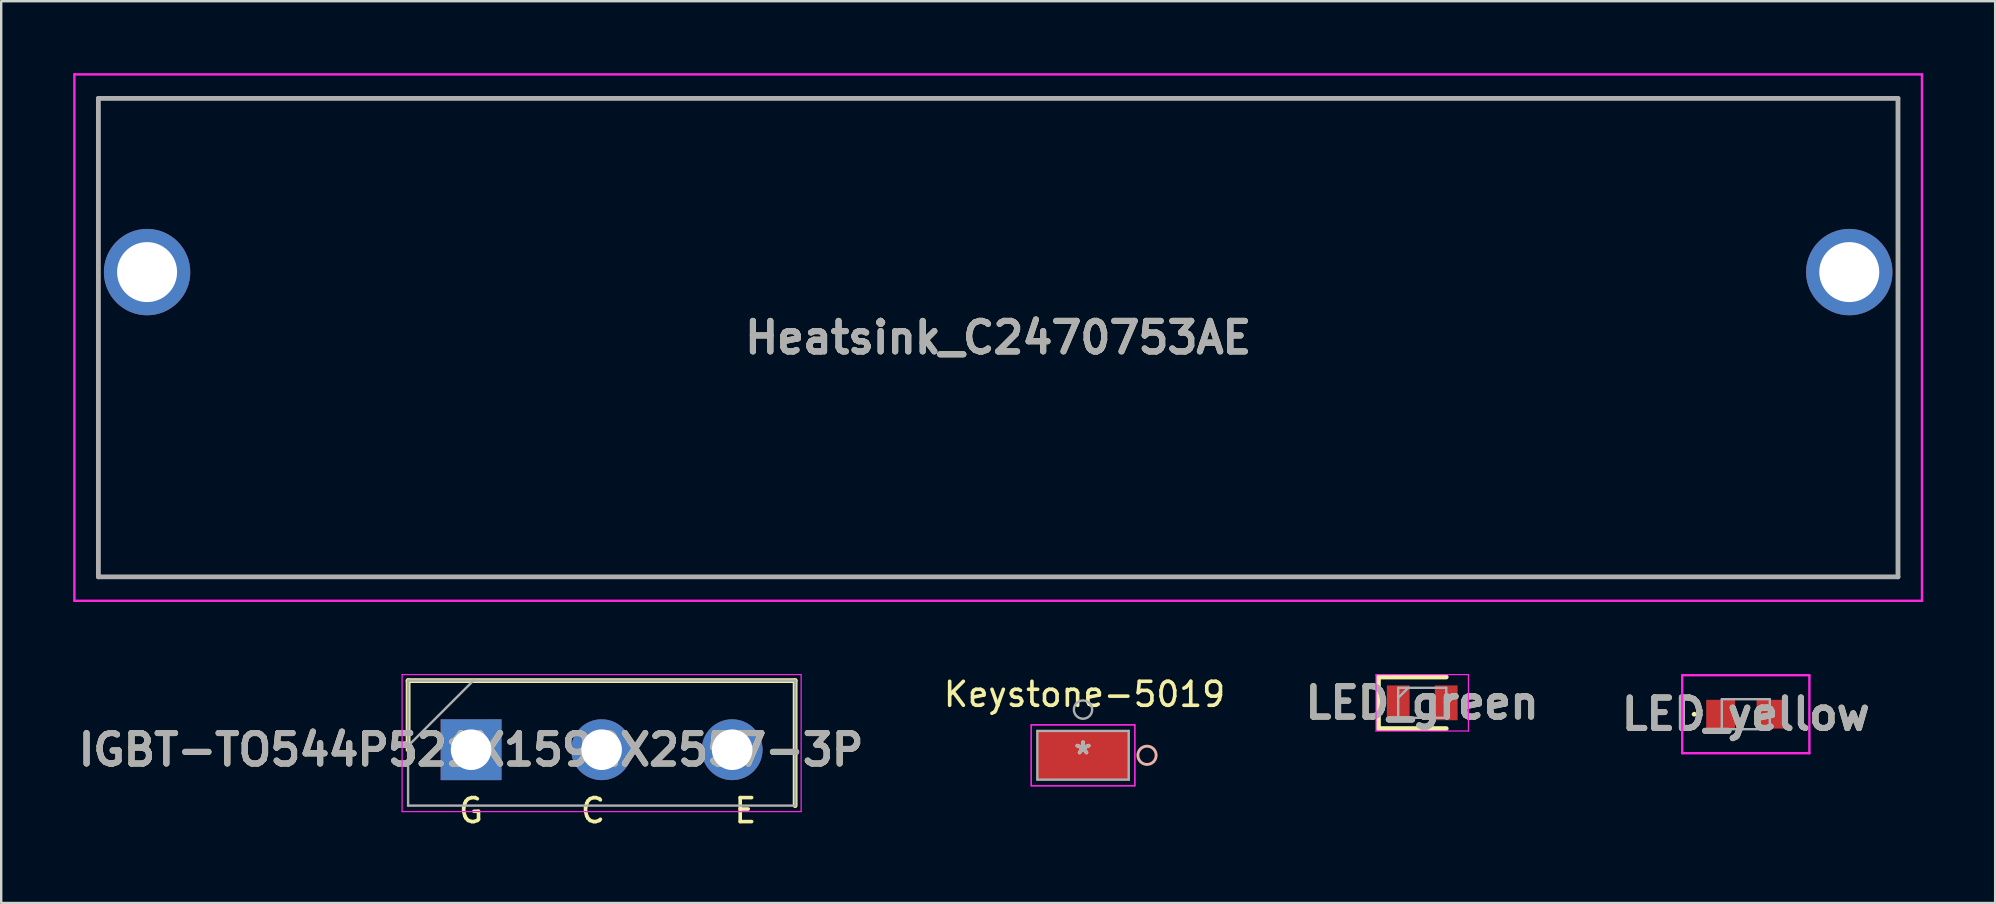
<source format=kicad_pcb>
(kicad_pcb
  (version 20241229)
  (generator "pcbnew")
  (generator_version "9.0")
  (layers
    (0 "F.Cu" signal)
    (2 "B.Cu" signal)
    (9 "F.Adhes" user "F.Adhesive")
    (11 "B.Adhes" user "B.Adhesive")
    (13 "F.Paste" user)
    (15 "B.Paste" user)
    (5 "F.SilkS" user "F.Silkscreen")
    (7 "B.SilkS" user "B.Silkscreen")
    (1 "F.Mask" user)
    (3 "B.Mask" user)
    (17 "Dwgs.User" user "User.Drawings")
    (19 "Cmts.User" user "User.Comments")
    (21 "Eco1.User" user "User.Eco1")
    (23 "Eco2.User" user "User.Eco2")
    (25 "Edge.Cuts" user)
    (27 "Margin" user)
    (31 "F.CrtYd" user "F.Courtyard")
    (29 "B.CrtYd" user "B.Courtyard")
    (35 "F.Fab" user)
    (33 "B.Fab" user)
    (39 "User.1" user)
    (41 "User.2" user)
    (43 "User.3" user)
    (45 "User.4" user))
  (footprint "Heatsink_C2470753AE"
    (layer "F.Cu")
    (at 3.08 8.29)
    (property "Reference" "Heatsink_C2470753AE" (at 35.47 2.73 0) (layer "F.SilkS") (effects (font (size 1.27 1.27) (thickness 0.254))))
    (attr through_hole)
    (fp_line (start -2.03 -7.24) (end 72.97 -7.24) (stroke (width 0.1) (type solid)) (layer "F.SilkS"))
    (fp_line (start -2.03 12.7) (end -2.03 -7.24) (stroke (width 0.1) (type solid)) (layer "F.SilkS"))
    (fp_line (start 72.97 -7.24) (end 72.97 12.7) (stroke (width 0.1) (type solid)) (layer "F.SilkS"))
    (fp_line (start 72.97 12.7) (end -2.03 12.7) (stroke (width 0.1) (type solid)) (layer "F.SilkS"))
    (fp_line (start -3.03 -8.24) (end 73.97 -8.24) (stroke (width 0.1) (type solid)) (layer "F.CrtYd"))
    (fp_line (start -3.03 13.7) (end -3.03 -8.24) (stroke (width 0.1) (type solid)) (layer "F.CrtYd"))
    (fp_line (start 73.97 -8.24) (end 73.97 13.7) (stroke (width 0.1) (type solid)) (layer "F.CrtYd"))
    (fp_line (start 73.97 13.7) (end -3.03 13.7) (stroke (width 0.1) (type solid)) (layer "F.CrtYd"))
    (fp_line (start -2.03 -7.24) (end 72.97 -7.24) (stroke (width 0.2) (type solid)) (layer "F.Fab"))
    (fp_line (start -2.03 12.7) (end -2.03 -7.24) (stroke (width 0.2) (type solid)) (layer "F.Fab"))
    (fp_line (start 72.97 -7.24) (end 72.97 12.7) (stroke (width 0.2) (type solid)) (layer "F.Fab"))
    (fp_line (start 72.97 12.7) (end -2.03 12.7) (stroke (width 0.2) (type solid)) (layer "F.Fab"))
    (fp_text user "${REFERENCE}" (at 35.47 2.73 0) (layer "F.Fab") (effects (font (size 1.27 1.27) (thickness 0.254))))
    (pad "1" thru_hole circle (at 0 0) (size 3.6 3.6) (drill 2.5) (layers "*.Cu" "*.Mask"))
    (pad "2" thru_hole circle (at 70.94 0) (size 3.6 3.6) (drill 2.5) (layers "*.Cu" "*.Mask")))
  (footprint "LED_yellow"
    (layer "F.Cu")
    (at 69.708 26.715)
    (property "Reference" "LED_yellow" (at 0 0 0) (layer "F.SilkS") (effects (font (size 1.27 1.27) (thickness 0.254))))
    (attr smd)
    (fp_line (start -2.2 0) (end -2.2 0) (stroke (width 0.1) (type solid)) (layer "F.SilkS"))
    (fp_line (start -2.1 0) (end -2.1 0) (stroke (width 0.1) (type solid)) (layer "F.SilkS"))
    (fp_arc (start -2.2 0) (mid -2.15 -0.05) (end -2.1 0) (stroke (width 0.1) (type solid)) (layer "F.SilkS"))
    (fp_arc (start -2.1 0) (mid -2.15 0.05) (end -2.2 0) (stroke (width 0.1) (type solid)) (layer "F.SilkS"))
    (fp_line (start -2.65 -1.625) (end 2.65 -1.625) (stroke (width 0.1) (type solid)) (layer "F.CrtYd"))
    (fp_line (start -2.65 1.625) (end -2.65 -1.625) (stroke (width 0.1) (type solid)) (layer "F.CrtYd"))
    (fp_line (start 2.65 -1.625) (end 2.65 1.625) (stroke (width 0.1) (type solid)) (layer "F.CrtYd"))
    (fp_line (start 2.65 1.625) (end -2.65 1.625) (stroke (width 0.1) (type solid)) (layer "F.CrtYd"))
    (fp_line (start -1 -0.625) (end 1 -0.625) (stroke (width 0.1) (type solid)) (layer "F.Fab"))
    (fp_line (start -1 0.625) (end -1 -0.625) (stroke (width 0.1) (type solid)) (layer "F.Fab"))
    (fp_line (start 1 -0.625) (end 1 0.625) (stroke (width 0.1) (type solid)) (layer "F.Fab"))
    (fp_line (start 1 0.625) (end -1 0.625) (stroke (width 0.1) (type solid)) (layer "F.Fab"))
    (fp_text user "${REFERENCE}" (at 0 0 0) (layer "F.Fab") (effects (font (size 1.27 1.27) (thickness 0.254))))
    (pad "1" smd rect (at -1.05 0) (size 1.2 1.2) (layers "F.Cu" "F.Mask" "F.Paste"))
    (pad "2" smd rect (at 1.05 0) (size 1.2 1.2) (layers "F.Cu" "F.Mask" "F.Paste")))
  (footprint "IGBT-TO544P521X1592X2557-3P"
    (layer "F.Cu")
    (at 16.583 28.195)
    (property "Reference" "IGBT-TO544P521X1592X2557-3P" (at 0 0 0) (layer "F.SilkS") (effects (font (size 1.27 1.27) (thickness 0.254))))
    (attr through_hole)
    (fp_line (start -2.625 -2.88) (end -2.625 0) (stroke (width 0.2) (type solid)) (layer "F.SilkS"))
    (fp_line (start 13.505 -2.88) (end -2.625 -2.88) (stroke (width 0.2) (type solid)) (layer "F.SilkS"))
    (fp_line (start 13.505 2.33) (end 13.505 -2.88) (stroke (width 0.2) (type solid)) (layer "F.SilkS"))
    (fp_line (start -2.875 -3.13) (end 13.755 -3.13) (stroke (width 0.05) (type solid)) (layer "F.CrtYd"))
    (fp_line (start -2.875 2.58) (end -2.875 -3.13) (stroke (width 0.05) (type solid)) (layer "F.CrtYd"))
    (fp_line (start 13.755 -3.13) (end 13.755 2.58) (stroke (width 0.05) (type solid)) (layer "F.CrtYd"))
    (fp_line (start 13.755 2.58) (end -2.875 2.58) (stroke (width 0.05) (type solid)) (layer "F.CrtYd"))
    (fp_line (start -2.625 -2.88) (end 13.505 -2.88) (stroke (width 0.1) (type solid)) (layer "F.Fab"))
    (fp_line (start -2.625 -0.16) (end 0.095 -2.88) (stroke (width 0.1) (type solid)) (layer "F.Fab"))
    (fp_line (start -2.625 2.33) (end -2.625 -2.88) (stroke (width 0.1) (type solid)) (layer "F.Fab"))
    (fp_line (start 13.505 -2.88) (end 13.505 2.33) (stroke (width 0.1) (type solid)) (layer "F.Fab"))
    (fp_line (start 13.505 2.33) (end -2.625 2.33) (stroke (width 0.1) (type solid)) (layer "F.Fab"))
    (fp_text user "G" (at 0 2.54 0) (unlocked yes) (layer "F.SilkS") (effects (font (size 1 1) (thickness 0.15))))
    (fp_text user "E" (at 11.43 2.54 0) (unlocked yes) (layer "F.SilkS") (effects (font (size 1 1) (thickness 0.15))))
    (fp_text user "C" (at 5.08 2.54 0) (unlocked yes) (layer "F.SilkS") (effects (font (size 1 1) (thickness 0.15))))
    (fp_text user "${REFERENCE}" (at 0 0 0) (layer "F.Fab") (effects (font (size 1.27 1.27) (thickness 0.254))))
    (pad "1" thru_hole rect (at 0 0) (size 2.535 2.535) (drill 1.69) (layers "*.Cu" "*.Mask"))
    (pad "2" thru_hole circle (at 5.44 0) (size 2.535 2.535) (drill 1.69) (layers "*.Cu" "*.Mask"))
    (pad "3" thru_hole circle (at 10.88 0) (size 2.535 2.535) (drill 1.69) (layers "*.Cu" "*.Mask")))
  (footprint "Keystone-5019"
    (layer "F.Cu")
    (at 42.086 28.428)
    (property "Reference" "Keystone-5019" (at 0.061 -2.54 0) (layer "F.SilkS") (effects (font (size 1 1) (thickness 0.15))))
    (attr through_hole)
    (fp_circle (center 2.667 0) (end 3.048 0) (stroke (width 0.12) (type solid)) (fill no) (layer "B.SilkS"))
    (fp_line (start -2.159 -1.27) (end -2.159 1.27) (stroke (width 0.05) (type solid)) (layer "F.CrtYd"))
    (fp_line (start -2.159 -1.27) (end -2.159 1.27) (stroke (width 0.05) (type solid)) (layer "F.CrtYd"))
    (fp_line (start -2.159 1.27) (end 2.159 1.27) (stroke (width 0.05) (type solid)) (layer "F.CrtYd"))
    (fp_line (start -2.159 1.27) (end 2.159 1.27) (stroke (width 0.05) (type solid)) (layer "F.CrtYd"))
    (fp_line (start 2.159 -1.27) (end -2.159 -1.27) (stroke (width 0.05) (type solid)) (layer "F.CrtYd"))
    (fp_line (start 2.159 -1.27) (end -2.159 -1.27) (stroke (width 0.05) (type solid)) (layer "F.CrtYd"))
    (fp_line (start 2.159 1.27) (end 2.159 -1.27) (stroke (width 0.05) (type solid)) (layer "F.CrtYd"))
    (fp_line (start 2.159 1.27) (end 2.159 -1.27) (stroke (width 0.05) (type solid)) (layer "F.CrtYd"))
    (fp_line (start -1.905 -1.016) (end -1.905 1.016) (stroke (width 0.1) (type solid)) (layer "F.Fab"))
    (fp_line (start -1.905 1.016) (end 1.905 1.016) (stroke (width 0.1) (type solid)) (layer "F.Fab"))
    (fp_line (start 1.905 -1.016) (end -1.905 -1.016) (stroke (width 0.1) (type solid)) (layer "F.Fab"))
    (fp_line (start 1.905 1.016) (end 1.905 -1.016) (stroke (width 0.1) (type solid)) (layer "F.Fab"))
    (fp_circle (center 0 -1.905) (end 0.381 -1.905) (stroke (width 0.1) (type solid)) (fill no) (layer "F.Fab"))
    (fp_text user "*" (at 0 0 0) (layer "F.SilkS") (effects (font (size 1 1) (thickness 0.15))))
    (fp_text user "Copyright 2021 Accelerated Designs. All rights reserved." (at 0 0 0) (layer "Cmts.User") (effects (font (size 0.127 0.127) (thickness 0.002))))
    (fp_text user "*" (at 0 0 0) (layer "F.Fab") (effects (font (size 1 1) (thickness 0.15))))
    (pad "1" smd rect (at 0 0) (size 3.81 2.032) (layers "F.Cu" "F.Mask" "F.Paste")))
  (footprint "LED_green"
    (layer "F.Cu")
    (at 56.222 26.24)
    (property "Reference" "LED_green" (at 0 0 0) (layer "F.SilkS") (effects (font (size 1.27 1.27) (thickness 0.254))))
    (attr smd)
    (fp_line (start -1.825 -1.075) (end -1.825 1.075) (stroke (width 0.2) (type solid)) (layer "F.SilkS"))
    (fp_line (start -1.825 1.075) (end 1 1.075) (stroke (width 0.2) (type solid)) (layer "F.SilkS"))
    (fp_line (start 1 -1.075) (end -1.825 -1.075) (stroke (width 0.2) (type solid)) (layer "F.SilkS"))
    (fp_line (start -1.925 -1.175) (end 1.925 -1.175) (stroke (width 0.05) (type solid)) (layer "F.CrtYd"))
    (fp_line (start -1.925 1.175) (end -1.925 -1.175) (stroke (width 0.05) (type solid)) (layer "F.CrtYd"))
    (fp_line (start 1.925 -1.175) (end 1.925 1.175) (stroke (width 0.05) (type solid)) (layer "F.CrtYd"))
    (fp_line (start 1.925 1.175) (end -1.925 1.175) (stroke (width 0.05) (type solid)) (layer "F.CrtYd"))
    (fp_line (start -1 -0.625) (end 1 -0.625) (stroke (width 0.1) (type solid)) (layer "F.Fab"))
    (fp_line (start -1 -0.208) (end -0.583 -0.625) (stroke (width 0.1) (type solid)) (layer "F.Fab"))
    (fp_line (start -1 0.625) (end -1 -0.625) (stroke (width 0.1) (type solid)) (layer "F.Fab"))
    (fp_line (start 1 -0.625) (end 1 0.625) (stroke (width 0.1) (type solid)) (layer "F.Fab"))
    (fp_line (start 1 0.625) (end -1 0.625) (stroke (width 0.1) (type solid)) (layer "F.Fab"))
    (fp_text user "${REFERENCE}" (at 0 0 0) (layer "F.Fab") (effects (font (size 1.27 1.27) (thickness 0.254))))
    (pad "1" smd rect (at -1 0) (size 0.95 1.45) (layers "F.Cu" "F.Mask" "F.Paste"))
    (pad "2" smd rect (at 1 0) (size 0.95 1.45) (layers "F.Cu" "F.Mask" "F.Paste")))
  (gr_rect
    (start -3 -3)
    (end 80.1 34.583)
    (stroke (width 0.1) (type default))
    (fill no)
    (layer "Edge.Cuts")))
</source>
